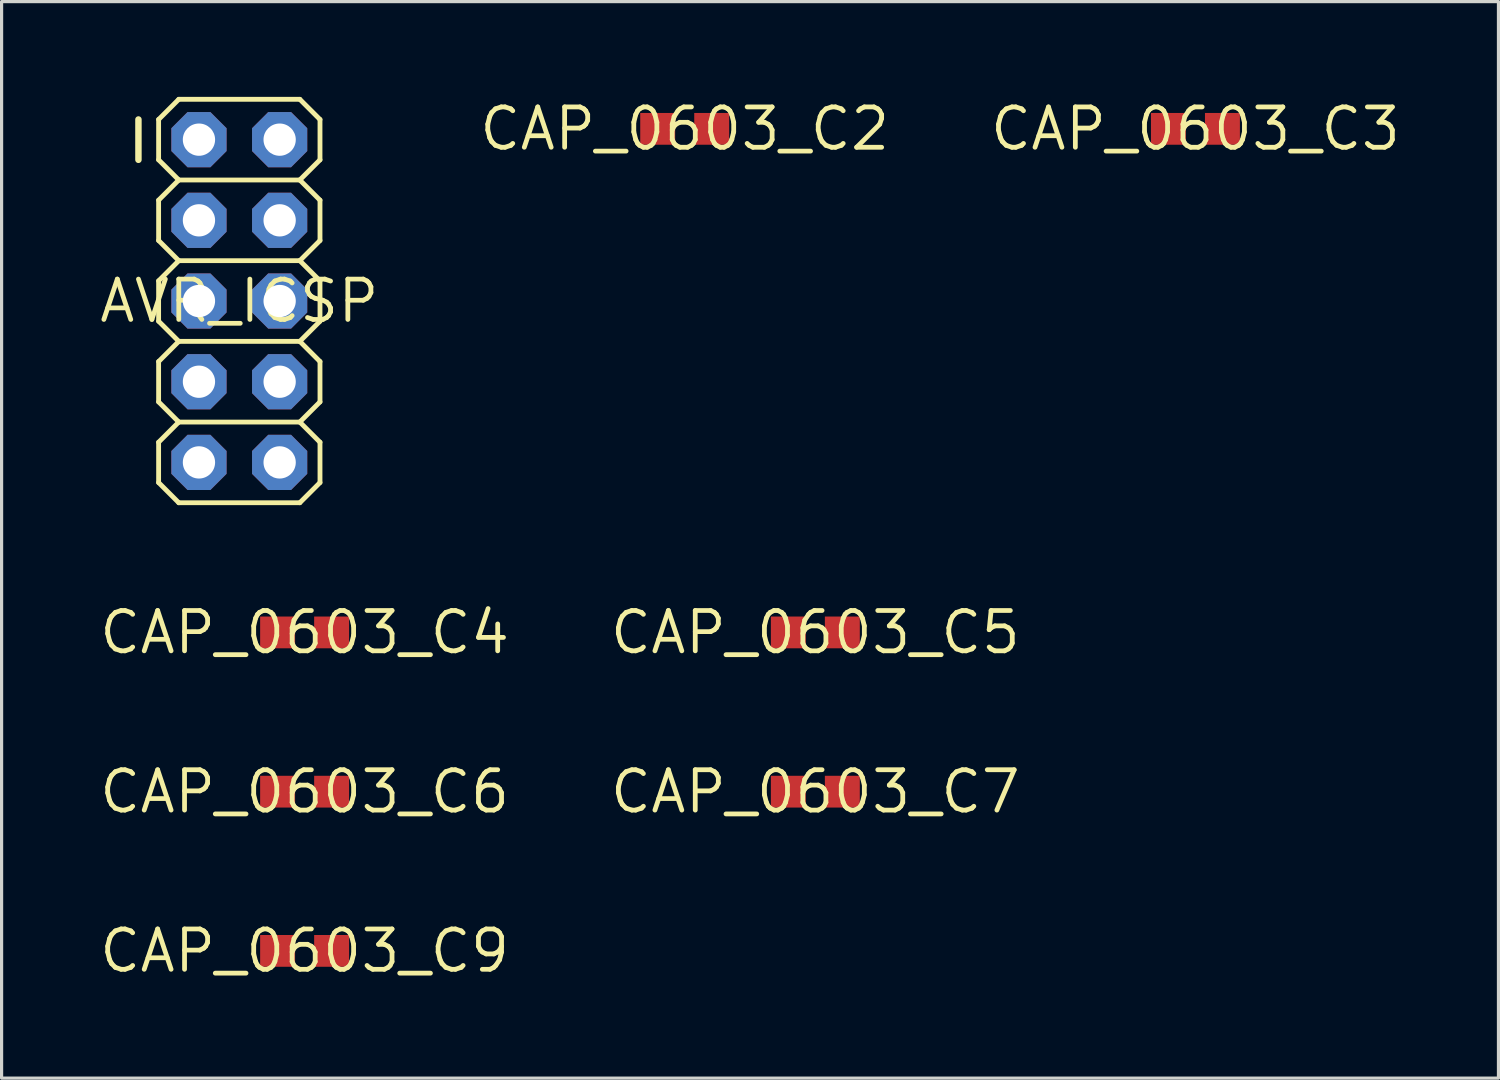
<source format=kicad_pcb>
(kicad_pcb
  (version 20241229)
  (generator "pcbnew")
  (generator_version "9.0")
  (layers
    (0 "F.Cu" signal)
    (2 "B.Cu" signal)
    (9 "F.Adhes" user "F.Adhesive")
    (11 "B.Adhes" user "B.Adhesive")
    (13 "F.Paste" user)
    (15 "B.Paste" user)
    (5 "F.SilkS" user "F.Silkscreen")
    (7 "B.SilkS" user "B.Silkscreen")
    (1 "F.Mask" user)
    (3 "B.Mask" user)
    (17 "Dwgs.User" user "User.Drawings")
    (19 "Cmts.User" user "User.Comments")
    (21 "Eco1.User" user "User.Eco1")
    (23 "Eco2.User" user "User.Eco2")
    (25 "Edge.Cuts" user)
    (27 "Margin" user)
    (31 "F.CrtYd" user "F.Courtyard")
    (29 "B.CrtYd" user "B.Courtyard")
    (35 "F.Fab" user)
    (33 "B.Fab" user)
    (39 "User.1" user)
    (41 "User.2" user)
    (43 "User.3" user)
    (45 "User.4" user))
  (footprint "CAP_0603_C6"
    (layer "F.Cu")
    (at 6.539 21.871)
    (property "Reference" "CAP_0603_C6" (at 0 0 0) (layer "F.SilkS") (effects (font (size 1.27 1.27) (thickness 0.15))))
    (pad "1" smd rect (at -0.85 0 90) (size 1 1.1) (layers "F.Cu" "F.Mask" "F.Paste"))
    (pad "2" smd rect (at 0.85 0 90) (size 1 1.1) (layers "F.Cu" "F.Mask" "F.Paste")))
  (footprint "CAP_0603_C4"
    (layer "F.Cu")
    (at 6.539 16.858)
    (property "Reference" "CAP_0603_C4" (at 0 0 0) (layer "F.SilkS") (effects (font (size 1.27 1.27) (thickness 0.15))))
    (pad "1" smd rect (at -0.85 0 90) (size 1 1.1) (layers "F.Cu" "F.Mask" "F.Paste"))
    (pad "2" smd rect (at 0.85 0 90) (size 1 1.1) (layers "F.Cu" "F.Mask" "F.Paste")))
  (footprint "AVR_ICSP"
    (layer "F.Cu")
    (at 4.483 6.426)
    (property "Reference" "AVR_ICSP" (at 0 0 0) (layer "F.SilkS") (effects (font (size 1.27 1.27) (thickness 0.15))))
    (fp_poly (pts (xy -0.401 -5.44) (xy -0.401 -4.72) (xy -0.91 -4.211) (xy -1.63 -4.211) (xy -2.139 -4.72) (xy -2.139 -5.44) (xy -1.63 -5.949) (xy -0.91 -5.949)) (stroke (width 0) (type default)) (fill yes) (layer "F.Mask"))
    (fp_poly (pts (xy -0.401 -2.9) (xy -0.401 -2.18) (xy -0.91 -1.671) (xy -1.63 -1.671) (xy -2.139 -2.18) (xy -2.139 -2.9) (xy -1.63 -3.409) (xy -0.91 -3.409)) (stroke (width 0) (type default)) (fill yes) (layer "F.Mask"))
    (fp_poly (pts (xy -0.401 -0.36) (xy -0.401 0.36) (xy -0.91 0.869) (xy -1.63 0.869) (xy -2.139 0.36) (xy -2.139 -0.36) (xy -1.63 -0.869) (xy -0.91 -0.869)) (stroke (width 0) (type default)) (fill yes) (layer "F.Mask"))
    (fp_poly (pts (xy -0.401 2.18) (xy -0.401 2.9) (xy -0.91 3.409) (xy -1.63 3.409) (xy -2.139 2.9) (xy -2.139 2.18) (xy -1.63 1.671) (xy -0.91 1.671)) (stroke (width 0) (type default)) (fill yes) (layer "F.Mask"))
    (fp_poly (pts (xy -0.401 4.72) (xy -0.401 5.44) (xy -0.91 5.949) (xy -1.63 5.949) (xy -2.139 5.44) (xy -2.139 4.72) (xy -1.63 4.211) (xy -0.91 4.211)) (stroke (width 0) (type default)) (fill yes) (layer "F.Mask"))
    (fp_poly (pts (xy 2.139 -5.44) (xy 2.139 -4.72) (xy 1.63 -4.211) (xy 0.91 -4.211) (xy 0.401 -4.72) (xy 0.401 -5.44) (xy 0.91 -5.949) (xy 1.63 -5.949)) (stroke (width 0) (type default)) (fill yes) (layer "F.Mask"))
    (fp_poly (pts (xy 2.139 -2.9) (xy 2.139 -2.18) (xy 1.63 -1.671) (xy 0.91 -1.671) (xy 0.401 -2.18) (xy 0.401 -2.9) (xy 0.91 -3.409) (xy 1.63 -3.409)) (stroke (width 0) (type default)) (fill yes) (layer "F.Mask"))
    (fp_poly (pts (xy 2.139 -0.36) (xy 2.139 0.36) (xy 1.63 0.869) (xy 0.91 0.869) (xy 0.401 0.36) (xy 0.401 -0.36) (xy 0.91 -0.869) (xy 1.63 -0.869)) (stroke (width 0) (type default)) (fill yes) (layer "F.Mask"))
    (fp_poly (pts (xy 2.139 2.18) (xy 2.139 2.9) (xy 1.63 3.409) (xy 0.91 3.409) (xy 0.401 2.9) (xy 0.401 2.18) (xy 0.91 1.671) (xy 1.63 1.671)) (stroke (width 0) (type default)) (fill yes) (layer "F.Mask"))
    (fp_poly (pts (xy 2.139 4.72) (xy 2.139 5.44) (xy 1.63 5.949) (xy 0.91 5.949) (xy 0.401 5.44) (xy 0.401 4.72) (xy 0.91 4.211) (xy 1.63 4.211)) (stroke (width 0) (type default)) (fill yes) (layer "F.Mask"))
    (fp_poly (pts (xy -0.401 -5.44) (xy -0.401 -4.72) (xy -0.91 -4.211) (xy -1.63 -4.211) (xy -2.139 -4.72) (xy -2.139 -5.44) (xy -1.63 -5.949) (xy -0.91 -5.949)) (stroke (width 0) (type default)) (fill yes) (layer "B.Mask"))
    (fp_poly (pts (xy -0.401 -2.9) (xy -0.401 -2.18) (xy -0.91 -1.671) (xy -1.63 -1.671) (xy -2.139 -2.18) (xy -2.139 -2.9) (xy -1.63 -3.409) (xy -0.91 -3.409)) (stroke (width 0) (type default)) (fill yes) (layer "B.Mask"))
    (fp_poly (pts (xy -0.401 -0.36) (xy -0.401 0.36) (xy -0.91 0.869) (xy -1.63 0.869) (xy -2.139 0.36) (xy -2.139 -0.36) (xy -1.63 -0.869) (xy -0.91 -0.869)) (stroke (width 0) (type default)) (fill yes) (layer "B.Mask"))
    (fp_poly (pts (xy -0.401 2.18) (xy -0.401 2.9) (xy -0.91 3.409) (xy -1.63 3.409) (xy -2.139 2.9) (xy -2.139 2.18) (xy -1.63 1.671) (xy -0.91 1.671)) (stroke (width 0) (type default)) (fill yes) (layer "B.Mask"))
    (fp_poly (pts (xy -0.401 4.72) (xy -0.401 5.44) (xy -0.91 5.949) (xy -1.63 5.949) (xy -2.139 5.44) (xy -2.139 4.72) (xy -1.63 4.211) (xy -0.91 4.211)) (stroke (width 0) (type default)) (fill yes) (layer "B.Mask"))
    (fp_poly (pts (xy 2.139 -5.44) (xy 2.139 -4.72) (xy 1.63 -4.211) (xy 0.91 -4.211) (xy 0.401 -4.72) (xy 0.401 -5.44) (xy 0.91 -5.949) (xy 1.63 -5.949)) (stroke (width 0) (type default)) (fill yes) (layer "B.Mask"))
    (fp_poly (pts (xy 2.139 -2.9) (xy 2.139 -2.18) (xy 1.63 -1.671) (xy 0.91 -1.671) (xy 0.401 -2.18) (xy 0.401 -2.9) (xy 0.91 -3.409) (xy 1.63 -3.409)) (stroke (width 0) (type default)) (fill yes) (layer "B.Mask"))
    (fp_poly (pts (xy 2.139 -0.36) (xy 2.139 0.36) (xy 1.63 0.869) (xy 0.91 0.869) (xy 0.401 0.36) (xy 0.401 -0.36) (xy 0.91 -0.869) (xy 1.63 -0.869)) (stroke (width 0) (type default)) (fill yes) (layer "B.Mask"))
    (fp_poly (pts (xy 2.139 2.18) (xy 2.139 2.9) (xy 1.63 3.409) (xy 0.91 3.409) (xy 0.401 2.9) (xy 0.401 2.18) (xy 0.91 1.671) (xy 1.63 1.671)) (stroke (width 0) (type default)) (fill yes) (layer "B.Mask"))
    (fp_poly (pts (xy 2.139 4.72) (xy 2.139 5.44) (xy 1.63 5.949) (xy 0.91 5.949) (xy 0.401 5.44) (xy 0.401 4.72) (xy 0.91 4.211) (xy 1.63 4.211)) (stroke (width 0) (type default)) (fill yes) (layer "B.Mask"))
    (fp_line (start -3.175 -5.715) (end -3.175 -4.445) (stroke (width 0.203) (type solid)) (layer "F.SilkS"))
    (fp_line (start -2.54 -5.715) (end -2.54 -4.445) (stroke (width 0.152) (type solid)) (layer "F.SilkS"))
    (fp_line (start -2.54 -4.445) (end -1.905 -3.81) (stroke (width 0.152) (type solid)) (layer "F.SilkS"))
    (fp_line (start -2.54 -3.175) (end -2.54 -1.905) (stroke (width 0.152) (type solid)) (layer "F.SilkS"))
    (fp_line (start -2.54 -1.905) (end -1.905 -1.27) (stroke (width 0.152) (type solid)) (layer "F.SilkS"))
    (fp_line (start -2.54 -0.635) (end -2.54 0.635) (stroke (width 0.152) (type solid)) (layer "F.SilkS"))
    (fp_line (start -2.54 0.635) (end -1.905 1.27) (stroke (width 0.152) (type solid)) (layer "F.SilkS"))
    (fp_line (start -2.54 1.905) (end -2.54 3.175) (stroke (width 0.152) (type solid)) (layer "F.SilkS"))
    (fp_line (start -2.54 3.175) (end -1.905 3.81) (stroke (width 0.152) (type solid)) (layer "F.SilkS"))
    (fp_line (start -2.54 4.445) (end -2.54 5.715) (stroke (width 0.152) (type solid)) (layer "F.SilkS"))
    (fp_line (start -2.54 5.715) (end -1.905 6.35) (stroke (width 0.152) (type solid)) (layer "F.SilkS"))
    (fp_line (start -1.905 -6.35) (end -2.54 -5.715) (stroke (width 0.152) (type solid)) (layer "F.SilkS"))
    (fp_line (start -1.905 -6.35) (end 1.905 -6.35) (stroke (width 0.152) (type solid)) (layer "F.SilkS"))
    (fp_line (start -1.905 -3.81) (end -2.54 -3.175) (stroke (width 0.152) (type solid)) (layer "F.SilkS"))
    (fp_line (start -1.905 -1.27) (end -2.54 -0.635) (stroke (width 0.152) (type solid)) (layer "F.SilkS"))
    (fp_line (start -1.905 1.27) (end -2.54 1.905) (stroke (width 0.152) (type solid)) (layer "F.SilkS"))
    (fp_line (start -1.905 3.81) (end -2.54 4.445) (stroke (width 0.152) (type solid)) (layer "F.SilkS"))
    (fp_line (start 1.905 -6.35) (end 2.54 -5.715) (stroke (width 0.152) (type solid)) (layer "F.SilkS"))
    (fp_line (start 1.905 -3.81) (end -1.905 -3.81) (stroke (width 0.152) (type solid)) (layer "F.SilkS"))
    (fp_line (start 1.905 -3.81) (end 2.54 -3.175) (stroke (width 0.152) (type solid)) (layer "F.SilkS"))
    (fp_line (start 1.905 -1.27) (end -1.905 -1.27) (stroke (width 0.152) (type solid)) (layer "F.SilkS"))
    (fp_line (start 1.905 -1.27) (end 2.54 -0.635) (stroke (width 0.152) (type solid)) (layer "F.SilkS"))
    (fp_line (start 1.905 1.27) (end -1.905 1.27) (stroke (width 0.152) (type solid)) (layer "F.SilkS"))
    (fp_line (start 1.905 1.27) (end 2.54 1.905) (stroke (width 0.152) (type solid)) (layer "F.SilkS"))
    (fp_line (start 1.905 3.81) (end -1.905 3.81) (stroke (width 0.152) (type solid)) (layer "F.SilkS"))
    (fp_line (start 1.905 3.81) (end 2.54 4.445) (stroke (width 0.152) (type solid)) (layer "F.SilkS"))
    (fp_line (start 1.905 6.35) (end -1.905 6.35) (stroke (width 0.152) (type solid)) (layer "F.SilkS"))
    (fp_line (start 2.54 -5.715) (end 2.54 -4.445) (stroke (width 0.152) (type solid)) (layer "F.SilkS"))
    (fp_line (start 2.54 -4.445) (end 1.905 -3.81) (stroke (width 0.152) (type solid)) (layer "F.SilkS"))
    (fp_line (start 2.54 -3.175) (end 2.54 -1.905) (stroke (width 0.152) (type solid)) (layer "F.SilkS"))
    (fp_line (start 2.54 -1.905) (end 1.905 -1.27) (stroke (width 0.152) (type solid)) (layer "F.SilkS"))
    (fp_line (start 2.54 -0.635) (end 2.54 0.635) (stroke (width 0.152) (type solid)) (layer "F.SilkS"))
    (fp_line (start 2.54 0.635) (end 1.905 1.27) (stroke (width 0.152) (type solid)) (layer "F.SilkS"))
    (fp_line (start 2.54 1.905) (end 2.54 3.175) (stroke (width 0.152) (type solid)) (layer "F.SilkS"))
    (fp_line (start 2.54 3.175) (end 1.905 3.81) (stroke (width 0.152) (type solid)) (layer "F.SilkS"))
    (fp_line (start 2.54 4.445) (end 2.54 5.715) (stroke (width 0.152) (type solid)) (layer "F.SilkS"))
    (fp_line (start 2.54 5.715) (end 1.905 6.35) (stroke (width 0.152) (type solid)) (layer "F.SilkS"))
    (fp_poly (pts (xy -1.016 -0.254) (xy -1.523 -0.254) (xy -1.523 0.254) (xy -1.016 0.254)) (stroke (width 0) (type default)) (fill yes) (layer "F.SilkS"))
    (fp_poly (pts (xy -1.016 -5.334) (xy -1.523 -5.334) (xy -1.523 -4.826) (xy -1.016 -4.826)) (stroke (width 0.1) (type default)) (fill no) (layer "F.Fab"))
    (fp_poly (pts (xy -1.016 -2.794) (xy -1.523 -2.794) (xy -1.523 -2.286) (xy -1.016 -2.286)) (stroke (width 0.1) (type default)) (fill no) (layer "F.Fab"))
    (fp_poly (pts (xy -1.016 2.286) (xy -1.523 2.286) (xy -1.523 2.794) (xy -1.016 2.794)) (stroke (width 0.1) (type default)) (fill no) (layer "F.Fab"))
    (fp_poly (pts (xy -1.016 4.826) (xy -1.523 4.826) (xy -1.523 5.334) (xy -1.016 5.334)) (stroke (width 0.1) (type default)) (fill no) (layer "F.Fab"))
    (fp_poly (pts (xy 1.524 -5.334) (xy 1.016 -5.334) (xy 1.016 -4.826) (xy 1.524 -4.826)) (stroke (width 0.1) (type default)) (fill no) (layer "F.Fab"))
    (fp_poly (pts (xy 1.524 -2.794) (xy 1.016 -2.794) (xy 1.016 -2.286) (xy 1.524 -2.286)) (stroke (width 0.1) (type default)) (fill no) (layer "F.Fab"))
    (fp_poly (pts (xy 1.524 -0.254) (xy 1.016 -0.254) (xy 1.016 0.254) (xy 1.524 0.254)) (stroke (width 0.1) (type default)) (fill no) (layer "F.Fab"))
    (fp_poly (pts (xy 1.524 2.286) (xy 1.016 2.286) (xy 1.016 2.794) (xy 1.524 2.794)) (stroke (width 0.1) (type default)) (fill no) (layer "F.Fab"))
    (fp_poly (pts (xy 1.524 4.826) (xy 1.016 4.826) (xy 1.016 5.334) (xy 1.524 5.334)) (stroke (width 0.1) (type default)) (fill no) (layer "F.Fab"))
    (pad "1" thru_hole roundrect (at -1.27 -5.08 90) (size 1.737 1.737) (drill 1.016) (layers "*.Cu") (roundrect_rratio 0.25) (chamfer_ratio 0.293) (chamfer top_left top_right bottom_left bottom_right))
    (pad "2" thru_hole roundrect (at 1.27 -5.08 90) (size 1.737 1.737) (drill 1.016) (layers "*.Cu") (roundrect_rratio 0.25) (chamfer_ratio 0.293) (chamfer top_left top_right bottom_left bottom_right))
    (pad "3" thru_hole roundrect (at -1.27 -2.54 90) (size 1.737 1.737) (drill 1.016) (layers "*.Cu") (roundrect_rratio 0.25) (chamfer_ratio 0.293) (chamfer top_left top_right bottom_left bottom_right))
    (pad "4" thru_hole roundrect (at 1.27 -2.54 90) (size 1.737 1.737) (drill 1.016) (layers "*.Cu") (roundrect_rratio 0.25) (chamfer_ratio 0.293) (chamfer top_left top_right bottom_left bottom_right))
    (pad "5" thru_hole roundrect (at -1.27 0 90) (size 1.737 1.737) (drill 1.016) (layers "*.Cu") (roundrect_rratio 0.25) (chamfer_ratio 0.293) (chamfer top_left top_right bottom_left bottom_right))
    (pad "6" thru_hole roundrect (at 1.27 0 90) (size 1.737 1.737) (drill 1.016) (layers "*.Cu") (roundrect_rratio 0.25) (chamfer_ratio 0.293) (chamfer top_left top_right bottom_left bottom_right))
    (pad "7" thru_hole roundrect (at -1.27 2.54 90) (size 1.737 1.737) (drill 1.016) (layers "*.Cu") (roundrect_rratio 0.25) (chamfer_ratio 0.293) (chamfer top_left top_right bottom_left bottom_right))
    (pad "8" thru_hole roundrect (at 1.27 2.54 90) (size 1.737 1.737) (drill 1.016) (layers "*.Cu") (roundrect_rratio 0.25) (chamfer_ratio 0.293) (chamfer top_left top_right bottom_left bottom_right))
    (pad "9" thru_hole roundrect (at -1.27 5.08 90) (size 1.737 1.737) (drill 1.016) (layers "*.Cu") (roundrect_rratio 0.25) (chamfer_ratio 0.293) (chamfer top_left top_right bottom_left bottom_right))
    (pad "10" thru_hole roundrect (at 1.27 5.08 90) (size 1.737 1.737) (drill 1.016) (layers "*.Cu") (roundrect_rratio 0.25) (chamfer_ratio 0.293) (chamfer top_left top_right bottom_left bottom_right)))
  (footprint "CAP_0603_C9"
    (layer "F.Cu")
    (at 6.539 26.883)
    (property "Reference" "CAP_0603_C9" (at 0 0 0) (layer "F.SilkS") (effects (font (size 1.27 1.27) (thickness 0.15))))
    (pad "1" smd rect (at -0.85 0 90) (size 1 1.1) (layers "F.Cu" "F.Mask" "F.Paste"))
    (pad "2" smd rect (at 0.85 0 90) (size 1 1.1) (layers "F.Cu" "F.Mask" "F.Paste")))
  (footprint "CAP_0603_C5"
    (layer "F.Cu")
    (at 22.616 16.858)
    (property "Reference" "CAP_0603_C5" (at 0 0 0) (layer "F.SilkS") (effects (font (size 1.27 1.27) (thickness 0.15))))
    (pad "1" smd rect (at -0.85 0 90) (size 1 1.1) (layers "F.Cu" "F.Mask" "F.Paste"))
    (pad "2" smd rect (at 0.85 0 90) (size 1 1.1) (layers "F.Cu" "F.Mask" "F.Paste")))
  (footprint "CAP_0603_C2"
    (layer "F.Cu")
    (at 18.504 1.006)
    (property "Reference" "CAP_0603_C2" (at 0 0 0) (layer "F.SilkS") (effects (font (size 1.27 1.27) (thickness 0.15))))
    (pad "1" smd rect (at -0.85 0 90) (size 1 1.1) (layers "F.Cu" "F.Mask" "F.Paste"))
    (pad "2" smd rect (at 0.85 0 90) (size 1 1.1) (layers "F.Cu" "F.Mask" "F.Paste")))
  (footprint "CAP_0603_C7"
    (layer "F.Cu")
    (at 22.616 21.871)
    (property "Reference" "CAP_0603_C7" (at 0 0 0) (layer "F.SilkS") (effects (font (size 1.27 1.27) (thickness 0.15))))
    (pad "1" smd rect (at -0.85 0 90) (size 1 1.1) (layers "F.Cu" "F.Mask" "F.Paste"))
    (pad "2" smd rect (at 0.85 0 90) (size 1 1.1) (layers "F.Cu" "F.Mask" "F.Paste")))
  (footprint "CAP_0603_C3"
    (layer "F.Cu")
    (at 34.581 1.006)
    (property "Reference" "CAP_0603_C3" (at 0 0 0) (layer "F.SilkS") (effects (font (size 1.27 1.27) (thickness 0.15))))
    (pad "1" smd rect (at -0.85 0 90) (size 1 1.1) (layers "F.Cu" "F.Mask" "F.Paste"))
    (pad "2" smd rect (at 0.85 0 90) (size 1 1.1) (layers "F.Cu" "F.Mask" "F.Paste")))
  (gr_rect
    (start -3 -3)
    (end 44.12 30.889)
    (stroke (width 0.1) (type default))
    (fill no)
    (layer "Edge.Cuts")))
</source>
